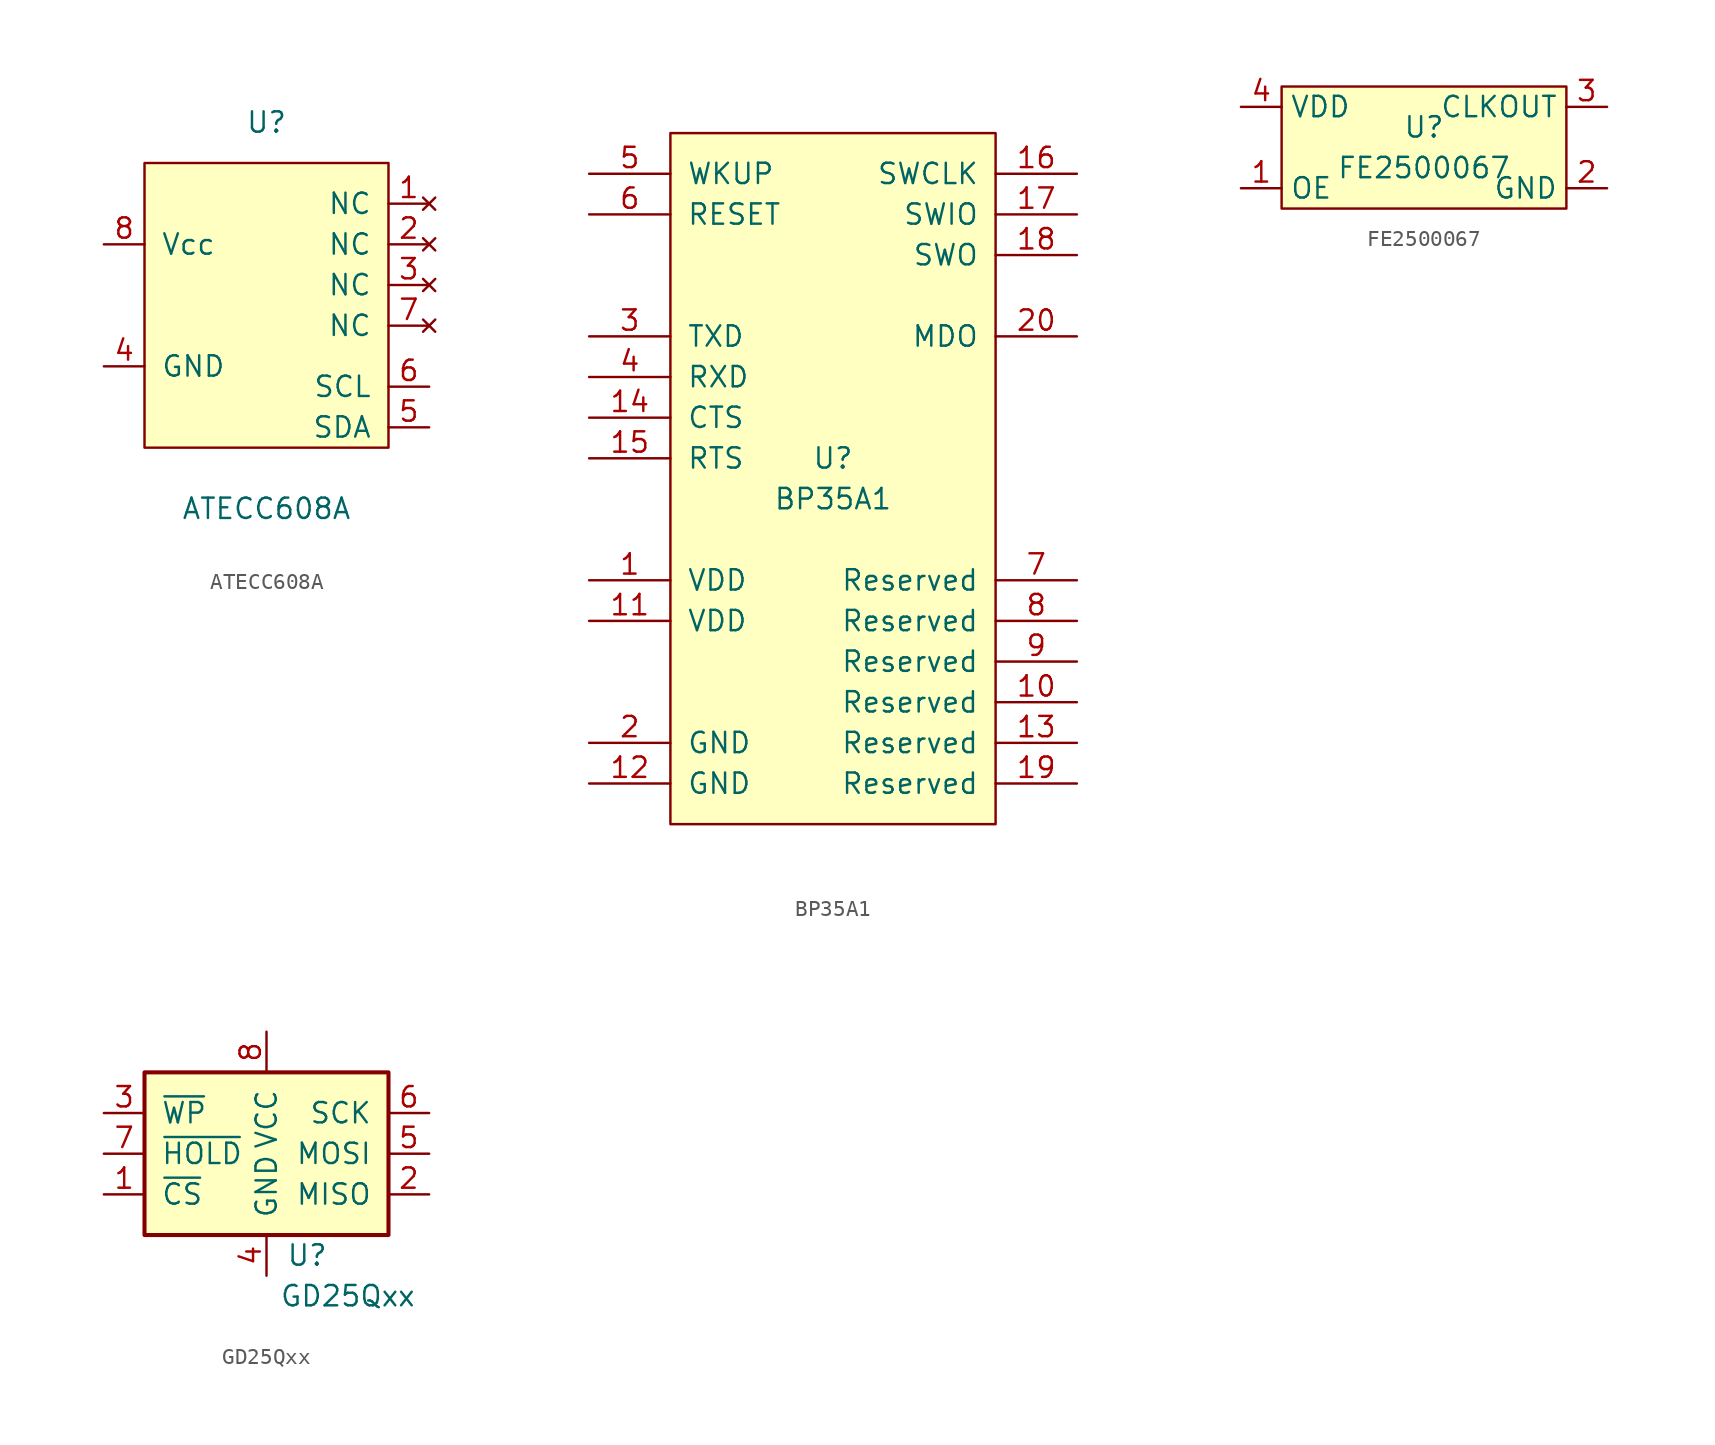
<source format=kicad_sym>
(kicad_symbol_lib
  (version 20211014)
  (generator kicad_symbol_editor)
  (symbol "ATECC608A"
    (pin_names
      (offset 1.016))
    (property "Reference" "U"
      (at 0 11.43 0)
      (effects (font (size 1.27 1.27))))
    (property "Value" "ATECC608A"
      (at 0 -12.7 0)
      (effects (font (size 1.27 1.27))))
    (symbol "ATECC608A_0_1"
      (rectangle (start 7.62 -8.89) (end -7.62 8.89) (stroke (width 0) (type default) (color 0 0 0 0)) (fill (type background))))
    (symbol "ATECC608A_1_1"
      (pin no_connect line (at 10.16 6.35 180) (length 2.54) (name "NC" (effects (font (size 1.27 1.27)))) (number "1" (effects (font (size 1.27 1.27)))))
      (pin no_connect line (at 10.16 3.81 180) (length 2.54) (name "NC" (effects (font (size 1.27 1.27)))) (number "2" (effects (font (size 1.27 1.27)))))
      (pin no_connect line (at 10.16 1.27 180) (length 2.54) (name "NC" (effects (font (size 1.27 1.27)))) (number "3" (effects (font (size 1.27 1.27)))))
      (pin power_in line (at -10.16 -3.81 0) (length 2.54) (name "GND" (effects (font (size 1.27 1.27)))) (number "4" (effects (font (size 1.27 1.27)))))
      (pin passive line (at 10.16 -7.62 180) (length 2.54) (name "SDA" (effects (font (size 1.27 1.27)))) (number "5" (effects (font (size 1.27 1.27)))))
      (pin passive line (at 10.16 -5.08 180) (length 2.54) (name "SCL" (effects (font (size 1.27 1.27)))) (number "6" (effects (font (size 1.27 1.27)))))
      (pin no_connect line (at 10.16 -1.27 180) (length 2.54) (name "NC" (effects (font (size 1.27 1.27)))) (number "7" (effects (font (size 1.27 1.27)))))
      (pin power_in line (at -10.16 3.81 0) (length 2.54) (name "Vcc" (effects (font (size 1.27 1.27)))) (number "8" (effects (font (size 1.27 1.27)))))))
  (symbol "BP35A1"
    (pin_names
      (offset 1.016))
    (property "Reference" "U"
      (at 0 2.54 0)
      (effects (font (size 1.27 1.27))))
    (property "Value" "BP35A1"
      (at 0 0 0)
      (effects (font (size 1.27 1.27))))
    (symbol "BP35A1_0_1"
      (rectangle (start -10.16 22.86) (end 10.16 -20.32) (stroke (width 0) (type default) (color 0 0 0 0)) (fill (type background))))
    (symbol "BP35A1_1_1"
      (pin power_in line (at -15.24 -5.08 0) (length 5.08) (name "VDD" (effects (font (size 1.27 1.27)))) (number "1" (effects (font (size 1.27 1.27)))))
      (pin passive line (at 15.24 -12.7 180) (length 5.08) (name "Reserved" (effects (font (size 1.27 1.27)))) (number "10" (effects (font (size 1.27 1.27)))))
      (pin power_in line (at -15.24 -7.62 0) (length 5.08) (name "VDD" (effects (font (size 1.27 1.27)))) (number "11" (effects (font (size 1.27 1.27)))))
      (pin power_in line (at -15.24 -17.78 0) (length 5.08) (name "GND" (effects (font (size 1.27 1.27)))) (number "12" (effects (font (size 1.27 1.27)))))
      (pin passive line (at 15.24 -15.24 180) (length 5.08) (name "Reserved" (effects (font (size 1.27 1.27)))) (number "13" (effects (font (size 1.27 1.27)))))
      (pin input line (at -15.24 5.08 0) (length 5.08) (name "CTS" (effects (font (size 1.27 1.27)))) (number "14" (effects (font (size 1.27 1.27)))))
      (pin output line (at -15.24 2.54 0) (length 5.08) (name "RTS" (effects (font (size 1.27 1.27)))) (number "15" (effects (font (size 1.27 1.27)))))
      (pin input line (at 15.24 20.32 180) (length 5.08) (name "SWCLK" (effects (font (size 1.27 1.27)))) (number "16" (effects (font (size 1.27 1.27)))))
      (pin bidirectional line (at 15.24 17.78 180) (length 5.08) (name "SWIO" (effects (font (size 1.27 1.27)))) (number "17" (effects (font (size 1.27 1.27)))))
      (pin output line (at 15.24 15.24 180) (length 5.08) (name "SWO" (effects (font (size 1.27 1.27)))) (number "18" (effects (font (size 1.27 1.27)))))
      (pin passive line (at 15.24 -17.78 180) (length 5.08) (name "Reserved" (effects (font (size 1.27 1.27)))) (number "19" (effects (font (size 1.27 1.27)))))
      (pin power_in line (at -15.24 -15.24 0) (length 5.08) (name "GND" (effects (font (size 1.27 1.27)))) (number "2" (effects (font (size 1.27 1.27)))))
      (pin input line (at 15.24 10.16 180) (length 5.08) (name "MDO" (effects (font (size 1.27 1.27)))) (number "20" (effects (font (size 1.27 1.27)))))
      (pin output line (at -15.24 10.16 0) (length 5.08) (name "TXD" (effects (font (size 1.27 1.27)))) (number "3" (effects (font (size 1.27 1.27)))))
      (pin input line (at -15.24 7.62 0) (length 5.08) (name "RXD" (effects (font (size 1.27 1.27)))) (number "4" (effects (font (size 1.27 1.27)))))
      (pin input line (at -15.24 20.32 0) (length 5.08) (name "WKUP" (effects (font (size 1.27 1.27)))) (number "5" (effects (font (size 1.27 1.27)))))
      (pin input line (at -15.24 17.78 0) (length 5.08) (name "RESET" (effects (font (size 1.27 1.27)))) (number "6" (effects (font (size 1.27 1.27)))))
      (pin passive line (at 15.24 -5.08 180) (length 5.08) (name "Reserved" (effects (font (size 1.27 1.27)))) (number "7" (effects (font (size 1.27 1.27)))))
      (pin passive line (at 15.24 -7.62 180) (length 5.08) (name "Reserved" (effects (font (size 1.27 1.27)))) (number "8" (effects (font (size 1.27 1.27)))))
      (pin passive line (at 15.24 -10.16 180) (length 5.08) (name "Reserved" (effects (font (size 1.27 1.27)))) (number "9" (effects (font (size 1.27 1.27)))))))
  (symbol "FE2500067"
    (property "Reference" "U"
      (at 0 1.27 0)
      (effects (font (size 1.27 1.27))))
    (property "Value" "FE2500067"
      (at 0 -1.27 0)
      (effects (font (size 1.27 1.27))))
    (symbol "FE2500067_0_0"
      (pin passive line (at -11.43 -2.54 0) (length 2.54) (name "OE" (effects (font (size 1.27 1.27)))) (number "1" (effects (font (size 1.27 1.27)))))
      (pin power_in line (at 11.43 -2.54 180) (length 2.54) (name "GND" (effects (font (size 1.27 1.27)))) (number "2" (effects (font (size 1.27 1.27)))))
      (pin output line (at 11.43 2.54 180) (length 2.54) (name "CLKOUT" (effects (font (size 1.27 1.27)))) (number "3" (effects (font (size 1.27 1.27)))))
      (pin power_in line (at -11.43 2.54 0) (length 2.54) (name "VDD" (effects (font (size 1.27 1.27)))) (number "4" (effects (font (size 1.27 1.27))))))
    (symbol "FE2500067_0_1"
      (rectangle (start -8.89 3.81) (end 8.89 -3.81) (stroke (width 0.152) (type default) (color 0 0 0 0)) (fill (type background)))))
  (symbol "GD25Qxx"
    (pin_names
      (offset 1.016))
    (property "Reference" "U"
      (at 2.54 -6.35 0)
      (effects (font (size 1.27 1.27))))
    (property "Value" "GD25Qxx"
      (at 5.08 -8.89 0)
      (effects (font (size 1.27 1.27))))
    (symbol "GD25Qxx_1_1"
      (rectangle (start -7.62 5.08) (end 7.62 -5.08) (stroke (width 0.254) (type default) (color 0 0 0 0)) (fill (type background)))
      (pin input line (at -10.16 -2.54 0) (length 2.54) (name "~{CS}" (effects (font (size 1.27 1.27)))) (number "1" (effects (font (size 1.27 1.27)))))
      (pin tri_state line (at 10.16 -2.54 180) (length 2.54) (name "MISO" (effects (font (size 1.27 1.27)))) (number "2" (effects (font (size 1.27 1.27)))))
      (pin input line (at -10.16 2.54 0) (length 2.54) (name "~{WP}" (effects (font (size 1.27 1.27)))) (number "3" (effects (font (size 1.27 1.27)))))
      (pin power_in line (at 0 -7.62 90) (length 2.54) (name "GND" (effects (font (size 1.27 1.27)))) (number "4" (effects (font (size 1.27 1.27)))))
      (pin input line (at 10.16 0 180) (length 2.54) (name "MOSI" (effects (font (size 1.27 1.27)))) (number "5" (effects (font (size 1.27 1.27)))))
      (pin input line (at 10.16 2.54 180) (length 2.54) (name "SCK" (effects (font (size 1.27 1.27)))) (number "6" (effects (font (size 1.27 1.27)))))
      (pin input line (at -10.16 0 0) (length 2.54) (name "~{HOLD}" (effects (font (size 1.27 1.27)))) (number "7" (effects (font (size 1.27 1.27)))))
      (pin power_in line (at 0 7.62 270) (length 2.54) (name "VCC" (effects (font (size 1.27 1.27)))) (number "8" (effects (font (size 1.27 1.27))))))))
</source>
